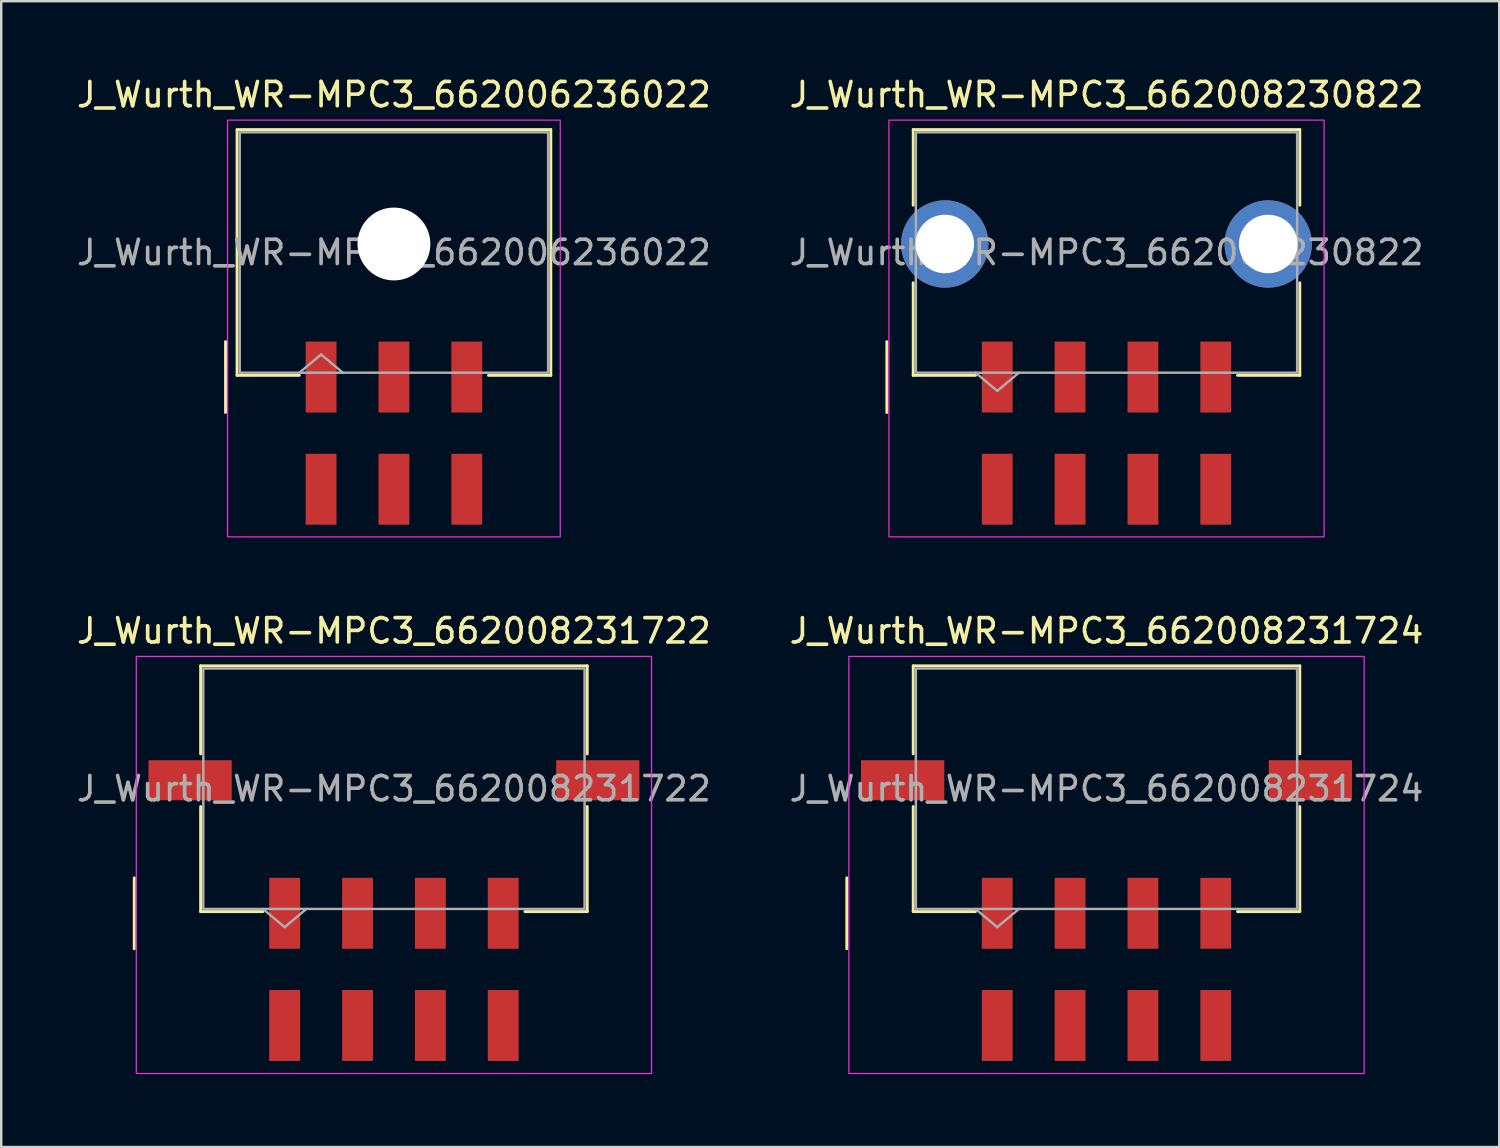
<source format=kicad_pcb>
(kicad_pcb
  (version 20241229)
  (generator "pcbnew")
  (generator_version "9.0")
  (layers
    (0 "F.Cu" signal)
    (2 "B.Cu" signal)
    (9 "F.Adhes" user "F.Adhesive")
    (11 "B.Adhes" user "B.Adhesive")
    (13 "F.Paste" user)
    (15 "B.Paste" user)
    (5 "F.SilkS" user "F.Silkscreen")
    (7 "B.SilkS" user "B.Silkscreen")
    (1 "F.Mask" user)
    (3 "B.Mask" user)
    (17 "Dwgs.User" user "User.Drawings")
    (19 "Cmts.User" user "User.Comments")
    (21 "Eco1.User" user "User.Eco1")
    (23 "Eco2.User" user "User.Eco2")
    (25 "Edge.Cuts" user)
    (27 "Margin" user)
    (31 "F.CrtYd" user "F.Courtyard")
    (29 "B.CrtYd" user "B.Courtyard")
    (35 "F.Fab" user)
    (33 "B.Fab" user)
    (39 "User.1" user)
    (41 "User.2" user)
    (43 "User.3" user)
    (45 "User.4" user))
  (footprint "J_Wurth_WR-MPC3_662008230822"
    (layer "F.Cu")
    (at 42.518 7.348)
    (property "Reference" "J_Wurth_WR-MPC3_662008230822" (at 0 -6.5 0) (unlocked yes) (layer "F.SilkS") (effects (font (size 1 1) (thickness 0.15))))
    (attr smd)
    (fp_line (start -9.045 6.59) (end -9.045 3.67) (stroke (width 0.12) (type solid)) (layer "F.SilkS"))
    (fp_line (start -7.96 -5.06) (end 7.96 -5.06) (stroke (width 0.12) (type solid)) (layer "F.SilkS"))
    (fp_line (start -7.96 -1.948) (end -7.96 -5.06) (stroke (width 0.12) (type solid)) (layer "F.SilkS"))
    (fp_line (start -7.96 1.248) (end -7.96 5.06) (stroke (width 0.12) (type solid)) (layer "F.SilkS"))
    (fp_line (start -5.395 5.06) (end -7.96 5.06) (stroke (width 0.12) (type solid)) (layer "F.SilkS"))
    (fp_line (start 5.395 5.06) (end 7.96 5.06) (stroke (width 0.12) (type solid)) (layer "F.SilkS"))
    (fp_line (start 7.96 -1.948) (end 7.96 -5.06) (stroke (width 0.12) (type solid)) (layer "F.SilkS"))
    (fp_line (start 7.96 1.248) (end 7.96 5.06) (stroke (width 0.12) (type solid)) (layer "F.SilkS"))
    (fp_rect (start -8.96 -5.45) (end 8.96 11.71) (stroke (width 0.05) (type solid)) (fill no) (layer "F.CrtYd"))
    (fp_line (start -4.5 5.7) (end -5.395 4.95) (stroke (width 0.1) (type solid)) (layer "F.Fab"))
    (fp_line (start -4.5 5.7) (end -3.605 4.95) (stroke (width 0.1) (type solid)) (layer "F.Fab"))
    (fp_rect (start -7.85 -4.95) (end 7.85 4.95) (stroke (width 0.1) (type solid)) (fill no) (layer "F.Fab"))
    (fp_text user "${REFERENCE}" (at 0 0 0) (unlocked yes) (layer "F.Fab") (effects (font (size 1 1) (thickness 0.15))))
    (pad "1" smd rect (at -4.5 5.13 270) (size 2.92 1.27) (layers "F.Cu" "F.Mask" "F.Paste"))
    (pad "2" smd rect (at -1.5 5.13 270) (size 2.92 1.27) (layers "F.Cu" "F.Mask" "F.Paste"))
    (pad "3" smd rect (at 1.5 5.13 270) (size 2.92 1.27) (layers "F.Cu" "F.Mask" "F.Paste"))
    (pad "4" smd rect (at 4.5 5.13 270) (size 2.92 1.27) (layers "F.Cu" "F.Mask" "F.Paste"))
    (pad "5" smd rect (at -4.5 9.75 270) (size 2.92 1.27) (layers "F.Cu" "F.Mask" "F.Paste"))
    (pad "6" smd rect (at -1.5 9.75 270) (size 2.92 1.27) (layers "F.Cu" "F.Mask" "F.Paste"))
    (pad "7" smd rect (at 1.5 9.75 270) (size 2.92 1.27) (layers "F.Cu" "F.Mask" "F.Paste"))
    (pad "8" smd rect (at 4.5 9.75 270) (size 2.92 1.27) (layers "F.Cu" "F.Mask" "F.Paste"))
    (pad "Z1" thru_hole circle (at 6.66 -0.35 180) (size 3.6 3.6) (drill 2.41) (layers "*.Cu" "*.Mask"))
    (pad "Z2" thru_hole circle (at -6.66 -0.35 180) (size 3.6 3.6) (drill 2.41) (layers "*.Cu" "*.Mask")))
  (footprint "J_Wurth_WR-MPC3_662006236022"
    (layer "F.Cu")
    (at 13.173 7.348)
    (property "Reference" "J_Wurth_WR-MPC3_662006236022" (at 0 -6.5 0) (unlocked yes) (layer "F.SilkS") (effects (font (size 1 1) (thickness 0.15))))
    (attr smd)
    (fp_line (start -6.935 3.67) (end -6.935 6.59) (stroke (width 0.12) (type solid)) (layer "F.SilkS"))
    (fp_line (start -6.46 -5.06) (end 6.46 -5.06) (stroke (width 0.12) (type default)) (layer "F.SilkS"))
    (fp_line (start -6.46 5.06) (end -6.46 -5.06) (stroke (width 0.12) (type default)) (layer "F.SilkS"))
    (fp_line (start -3.895 5.06) (end -6.46 5.06) (stroke (width 0.12) (type solid)) (layer "F.SilkS"))
    (fp_line (start 6.46 -5.06) (end 6.46 5.06) (stroke (width 0.12) (type default)) (layer "F.SilkS"))
    (fp_line (start 6.46 5.06) (end 3.895 5.06) (stroke (width 0.12) (type solid)) (layer "F.SilkS"))
    (fp_rect (start -6.85 -5.45) (end 6.85 11.71) (stroke (width 0.05) (type solid)) (fill no) (layer "F.CrtYd"))
    (fp_line (start -3 4.2) (end -3.895 4.95) (stroke (width 0.1) (type solid)) (layer "F.Fab"))
    (fp_line (start -3 4.2) (end -2.105 4.95) (stroke (width 0.1) (type solid)) (layer "F.Fab"))
    (fp_rect (start -6.35 -4.95) (end 6.35 4.95) (stroke (width 0.1) (type solid)) (fill no) (layer "F.Fab"))
    (fp_text user "${REFERENCE}" (at 0 0 0) (unlocked yes) (layer "F.Fab") (effects (font (size 1 1) (thickness 0.15))))
    (pad "" np_thru_hole circle (at 0 -0.35 180) (size 3 3) (drill 3) (layers "*.Cu" "*.Mask"))
    (pad "1" smd rect (at -3 5.13 180) (size 1.27 2.92) (layers "F.Cu" "F.Mask" "F.Paste"))
    (pad "2" smd rect (at 0 5.13 180) (size 1.27 2.92) (layers "F.Cu" "F.Mask" "F.Paste"))
    (pad "3" smd rect (at 3 5.13 180) (size 1.27 2.92) (layers "F.Cu" "F.Mask" "F.Paste"))
    (pad "4" smd rect (at -3 9.75 180) (size 1.27 2.92) (layers "F.Cu" "F.Mask" "F.Paste"))
    (pad "5" smd rect (at 0 9.75 180) (size 1.27 2.92) (layers "F.Cu" "F.Mask" "F.Paste"))
    (pad "6" smd rect (at 3 9.75 180) (size 1.27 2.92) (layers "F.Cu" "F.Mask" "F.Paste")))
  (footprint "J_Wurth_WR-MPC3_662008231724"
    (layer "F.Cu")
    (at 42.518 29.431)
    (property "Reference" "J_Wurth_WR-MPC3_662008231724" (at 0 -6.5 0) (unlocked yes) (layer "F.SilkS") (effects (font (size 1 1) (thickness 0.15))))
    (attr smd)
    (fp_line (start -10.695 6.59) (end -10.695 3.67) (stroke (width 0.12) (type solid)) (layer "F.SilkS"))
    (fp_line (start -7.96 -5.06) (end -7.96 -1.435) (stroke (width 0.12) (type solid)) (layer "F.SilkS"))
    (fp_line (start -7.96 -5.06) (end 7.96 -5.06) (stroke (width 0.12) (type default)) (layer "F.SilkS"))
    (fp_line (start -7.96 0.735) (end -7.96 5.06) (stroke (width 0.12) (type solid)) (layer "F.SilkS"))
    (fp_line (start -5.395 5.06) (end -7.96 5.06) (stroke (width 0.12) (type solid)) (layer "F.SilkS"))
    (fp_line (start 7.96 -5.06) (end 7.96 -1.435) (stroke (width 0.12) (type solid)) (layer "F.SilkS"))
    (fp_line (start 7.96 0.735) (end 7.96 5.06) (stroke (width 0.12) (type solid)) (layer "F.SilkS"))
    (fp_line (start 7.96 5.06) (end 5.395 5.06) (stroke (width 0.12) (type solid)) (layer "F.SilkS"))
    (fp_rect (start -10.61 -5.45) (end 10.61 11.73) (stroke (width 0.05) (type solid)) (fill no) (layer "F.CrtYd"))
    (fp_line (start -4.5 5.7) (end -5.395 4.95) (stroke (width 0.1) (type solid)) (layer "F.Fab"))
    (fp_line (start -4.5 5.7) (end -3.605 4.95) (stroke (width 0.1) (type solid)) (layer "F.Fab"))
    (fp_rect (start -7.85 -4.95) (end 7.85 4.95) (stroke (width 0.1) (type solid)) (fill no) (layer "F.Fab"))
    (fp_text user "${REFERENCE}" (at 0 0 0) (unlocked yes) (layer "F.Fab") (effects (font (size 1 1) (thickness 0.15))))
    (pad "1" smd rect (at -4.5 5.13 180) (size 1.27 2.92) (layers "F.Cu" "F.Mask" "F.Paste"))
    (pad "2" smd rect (at -1.5 5.13 180) (size 1.27 2.92) (layers "F.Cu" "F.Mask" "F.Paste"))
    (pad "3" smd rect (at 1.5 5.13 180) (size 1.27 2.92) (layers "F.Cu" "F.Mask" "F.Paste"))
    (pad "4" smd rect (at 4.5 5.13 180) (size 1.27 2.92) (layers "F.Cu" "F.Mask" "F.Paste"))
    (pad "5" smd rect (at -4.5 9.75 180) (size 1.27 2.92) (layers "F.Cu" "F.Mask" "F.Paste"))
    (pad "6" smd rect (at -1.5 9.75 180) (size 1.27 2.92) (layers "F.Cu" "F.Mask" "F.Paste"))
    (pad "7" smd rect (at 1.5 9.75 180) (size 1.27 2.92) (layers "F.Cu" "F.Mask" "F.Paste"))
    (pad "8" smd rect (at 4.5 9.75 180) (size 1.27 2.92) (layers "F.Cu" "F.Mask" "F.Paste"))
    (pad "MP1" smd rect (at 8.395 -0.35 180) (size 3.43 1.65) (layers "F.Cu" "F.Mask" "F.Paste"))
    (pad "MP2" smd rect (at -8.395 -0.35 180) (size 3.43 1.65) (layers "F.Cu" "F.Mask" "F.Paste")))
  (footprint "J_Wurth_WR-MPC3_662008231722"
    (layer "F.Cu")
    (at 13.173 29.431)
    (property "Reference" "J_Wurth_WR-MPC3_662008231722" (at 0 -6.5 0) (unlocked yes) (layer "F.SilkS") (effects (font (size 1 1) (thickness 0.15))))
    (attr smd)
    (fp_line (start -10.695 6.59) (end -10.695 3.67) (stroke (width 0.12) (type solid)) (layer "F.SilkS"))
    (fp_line (start -7.96 -5.06) (end -7.96 -1.435) (stroke (width 0.12) (type solid)) (layer "F.SilkS"))
    (fp_line (start -7.96 -5.06) (end 7.96 -5.06) (stroke (width 0.12) (type default)) (layer "F.SilkS"))
    (fp_line (start -7.96 0.735) (end -7.96 5.06) (stroke (width 0.12) (type solid)) (layer "F.SilkS"))
    (fp_line (start -5.395 5.06) (end -7.96 5.06) (stroke (width 0.12) (type solid)) (layer "F.SilkS"))
    (fp_line (start 7.96 -5.06) (end 7.96 -1.435) (stroke (width 0.12) (type solid)) (layer "F.SilkS"))
    (fp_line (start 7.96 0.735) (end 7.96 5.06) (stroke (width 0.12) (type solid)) (layer "F.SilkS"))
    (fp_line (start 7.96 5.06) (end 5.395 5.06) (stroke (width 0.12) (type solid)) (layer "F.SilkS"))
    (fp_rect (start -10.61 -5.45) (end 10.61 11.73) (stroke (width 0.05) (type solid)) (fill no) (layer "F.CrtYd"))
    (fp_line (start -4.5 5.7) (end -5.395 4.95) (stroke (width 0.1) (type solid)) (layer "F.Fab"))
    (fp_line (start -4.5 5.7) (end -3.605 4.95) (stroke (width 0.1) (type solid)) (layer "F.Fab"))
    (fp_rect (start -7.85 -4.95) (end 7.85 4.95) (stroke (width 0.1) (type solid)) (fill no) (layer "F.Fab"))
    (fp_text user "${REFERENCE}" (at 0 0 0) (unlocked yes) (layer "F.Fab") (effects (font (size 1 1) (thickness 0.15))))
    (pad "1" smd rect (at -4.5 5.13 180) (size 1.27 2.92) (layers "F.Cu" "F.Mask" "F.Paste"))
    (pad "2" smd rect (at -1.5 5.13 180) (size 1.27 2.92) (layers "F.Cu" "F.Mask" "F.Paste"))
    (pad "3" smd rect (at 1.5 5.13 180) (size 1.27 2.92) (layers "F.Cu" "F.Mask" "F.Paste"))
    (pad "4" smd rect (at 4.5 5.13 180) (size 1.27 2.92) (layers "F.Cu" "F.Mask" "F.Paste"))
    (pad "5" smd rect (at -4.5 9.75 180) (size 1.27 2.92) (layers "F.Cu" "F.Mask" "F.Paste"))
    (pad "6" smd rect (at -1.5 9.75 180) (size 1.27 2.92) (layers "F.Cu" "F.Mask" "F.Paste"))
    (pad "7" smd rect (at 1.5 9.75 180) (size 1.27 2.92) (layers "F.Cu" "F.Mask" "F.Paste"))
    (pad "8" smd rect (at 4.5 9.75 180) (size 1.27 2.92) (layers "F.Cu" "F.Mask" "F.Paste"))
    (pad "MP1" smd rect (at 8.395 -0.35 180) (size 3.43 1.65) (layers "F.Cu" "F.Mask" "F.Paste"))
    (pad "MP2" smd rect (at -8.395 -0.35 180) (size 3.43 1.65) (layers "F.Cu" "F.Mask" "F.Paste")))
  (gr_rect
    (start -3 -3)
    (end 58.69 44.187)
    (stroke (width 0.1) (type default))
    (fill no)
    (layer "Edge.Cuts")))
</source>
